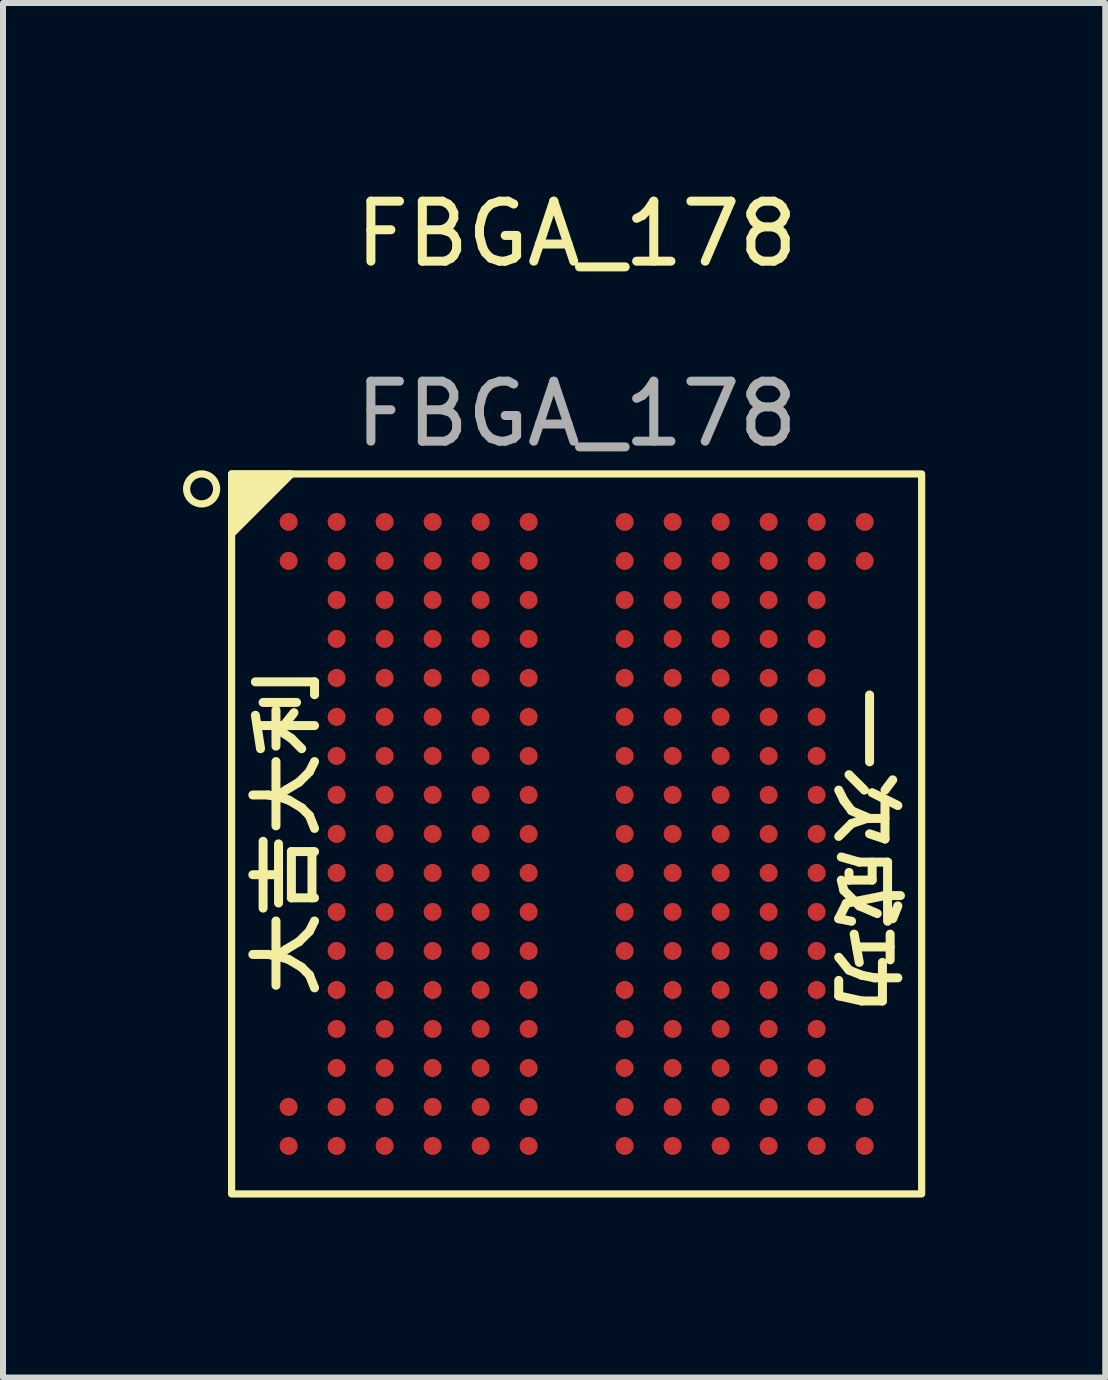
<source format=kicad_pcb>
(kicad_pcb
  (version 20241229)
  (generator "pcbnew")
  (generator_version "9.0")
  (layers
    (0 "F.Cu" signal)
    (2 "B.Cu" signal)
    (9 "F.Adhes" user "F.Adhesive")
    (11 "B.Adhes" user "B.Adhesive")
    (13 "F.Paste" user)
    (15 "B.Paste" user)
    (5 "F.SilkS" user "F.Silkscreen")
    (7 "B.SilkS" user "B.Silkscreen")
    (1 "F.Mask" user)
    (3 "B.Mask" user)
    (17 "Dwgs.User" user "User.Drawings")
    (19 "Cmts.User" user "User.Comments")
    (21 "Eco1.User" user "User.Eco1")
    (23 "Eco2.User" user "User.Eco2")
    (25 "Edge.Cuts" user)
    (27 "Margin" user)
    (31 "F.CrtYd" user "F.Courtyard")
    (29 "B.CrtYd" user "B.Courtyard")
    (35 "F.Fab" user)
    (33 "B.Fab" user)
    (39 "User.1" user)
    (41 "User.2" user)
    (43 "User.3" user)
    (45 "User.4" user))
  (footprint "FBGA_178"
    (layer "F.Cu")
    (at 6.56 10.848)
    (property "Reference" "FBGA_178" (at 0 -10 0) (unlocked yes) (layer "F.SilkS") (effects (font (size 1 1) (thickness 0.15))))
    (attr smd)
    (fp_rect (start -5.75 -6) (end 5.75 6) (stroke (width 0.12) (type default)) (fill no) (layer "F.SilkS"))
    (fp_circle (center -6.25 -5.75) (end -6 -5.75) (stroke (width 0.12) (type default)) (fill no) (layer "F.SilkS"))
    (fp_poly (pts (xy -5.75 -6) (xy -4.75 -6) (xy -5.75 -5)) (stroke (width 0.12) (type solid)) (fill yes) (layer "F.SilkS"))
    (fp_text user "大吉大利" (at -4.25 2.75 90) (unlocked yes) (layer "F.SilkS") (effects (font (size 0.9 0.9) (thickness 0.15)) (justify left bottom)))
    (fp_text user "一次成功" (at 4.25 -2.5 270) (unlocked yes) (layer "F.SilkS") (effects (font (size 0.9 0.9) (thickness 0.15)) (justify left bottom)))
    (fp_text user "${REFERENCE}" (at 0 -7 0) (unlocked yes) (layer "F.Fab") (effects (font (size 1 1) (thickness 0.15))))
    (pad "A1" smd circle (at -4.8 -5.2) (size 0.3 0.3) (layers "F.Cu" "F.Mask" "F.Paste"))
    (pad "A2" smd circle (at -4 -5.2) (size 0.3 0.3) (layers "F.Cu" "F.Mask" "F.Paste"))
    (pad "A3" smd circle (at -3.2 -5.2) (size 0.3 0.3) (layers "F.Cu" "F.Mask" "F.Paste"))
    (pad "A4" smd circle (at -2.4 -5.2) (size 0.3 0.3) (layers "F.Cu" "F.Mask" "F.Paste"))
    (pad "A5" smd circle (at -1.6 -5.2) (size 0.3 0.3) (layers "F.Cu" "F.Mask" "F.Paste"))
    (pad "A6" smd circle (at -0.8 -5.2) (size 0.3 0.3) (layers "F.Cu" "F.Mask" "F.Paste"))
    (pad "A8" smd circle (at 0.8 -5.2) (size 0.3 0.3) (layers "F.Cu" "F.Mask" "F.Paste"))
    (pad "A9" smd circle (at 1.6 -5.2) (size 0.3 0.3) (layers "F.Cu" "F.Mask" "F.Paste"))
    (pad "A10" smd circle (at 2.4 -5.2) (size 0.3 0.3) (layers "F.Cu" "F.Mask" "F.Paste"))
    (pad "A11" smd circle (at 3.2 -5.2) (size 0.3 0.3) (layers "F.Cu" "F.Mask" "F.Paste"))
    (pad "A12" smd circle (at 4 -5.2) (size 0.3 0.3) (layers "F.Cu" "F.Mask" "F.Paste"))
    (pad "A13" smd circle (at 4.8 -5.2) (size 0.3 0.3) (layers "F.Cu" "F.Mask" "F.Paste"))
    (pad "B1" smd circle (at -4.8 -4.55) (size 0.3 0.3) (layers "F.Cu" "F.Mask" "F.Paste"))
    (pad "B2" smd circle (at -4 -4.55) (size 0.3 0.3) (layers "F.Cu" "F.Mask" "F.Paste"))
    (pad "B3" smd circle (at -3.2 -4.55) (size 0.3 0.3) (layers "F.Cu" "F.Mask" "F.Paste"))
    (pad "B4" smd circle (at -2.4 -4.55) (size 0.3 0.3) (layers "F.Cu" "F.Mask" "F.Paste"))
    (pad "B5" smd circle (at -1.6 -4.55) (size 0.3 0.3) (layers "F.Cu" "F.Mask" "F.Paste"))
    (pad "B6" smd circle (at -0.8 -4.55) (size 0.3 0.3) (layers "F.Cu" "F.Mask" "F.Paste"))
    (pad "B8" smd circle (at 0.8 -4.55) (size 0.3 0.3) (layers "F.Cu" "F.Mask" "F.Paste"))
    (pad "B9" smd circle (at 1.6 -4.55) (size 0.3 0.3) (layers "F.Cu" "F.Mask" "F.Paste"))
    (pad "B10" smd circle (at 2.4 -4.55) (size 0.3 0.3) (layers "F.Cu" "F.Mask" "F.Paste"))
    (pad "B11" smd circle (at 3.2 -4.55) (size 0.3 0.3) (layers "F.Cu" "F.Mask" "F.Paste"))
    (pad "B12" smd circle (at 4 -4.55) (size 0.3 0.3) (layers "F.Cu" "F.Mask" "F.Paste"))
    (pad "B13" smd circle (at 4.8 -4.55) (size 0.3 0.3) (layers "F.Cu" "F.Mask" "F.Paste"))
    (pad "C2" smd circle (at -4 -3.9) (size 0.3 0.3) (layers "F.Cu" "F.Mask" "F.Paste"))
    (pad "C3" smd circle (at -3.2 -3.9) (size 0.3 0.3) (layers "F.Cu" "F.Mask" "F.Paste"))
    (pad "C4" smd circle (at -2.4 -3.9) (size 0.3 0.3) (layers "F.Cu" "F.Mask" "F.Paste"))
    (pad "C5" smd circle (at -1.6 -3.9) (size 0.3 0.3) (layers "F.Cu" "F.Mask" "F.Paste"))
    (pad "C6" smd circle (at -0.8 -3.9) (size 0.3 0.3) (layers "F.Cu" "F.Mask" "F.Paste"))
    (pad "C8" smd circle (at 0.8 -3.9) (size 0.3 0.3) (layers "F.Cu" "F.Mask" "F.Paste"))
    (pad "C9" smd circle (at 1.6 -3.9) (size 0.3 0.3) (layers "F.Cu" "F.Mask" "F.Paste"))
    (pad "C10" smd circle (at 2.4 -3.9) (size 0.3 0.3) (layers "F.Cu" "F.Mask" "F.Paste"))
    (pad "C11" smd circle (at 3.2 -3.9) (size 0.3 0.3) (layers "F.Cu" "F.Mask" "F.Paste"))
    (pad "C12" smd circle (at 4 -3.9) (size 0.3 0.3) (layers "F.Cu" "F.Mask" "F.Paste"))
    (pad "D2" smd circle (at -4 -3.25) (size 0.3 0.3) (layers "F.Cu" "F.Mask" "F.Paste"))
    (pad "D3" smd circle (at -3.2 -3.25) (size 0.3 0.3) (layers "F.Cu" "F.Mask" "F.Paste"))
    (pad "D4" smd circle (at -2.4 -3.25) (size 0.3 0.3) (layers "F.Cu" "F.Mask" "F.Paste"))
    (pad "D5" smd circle (at -1.6 -3.25) (size 0.3 0.3) (layers "F.Cu" "F.Mask" "F.Paste"))
    (pad "D6" smd circle (at -0.8 -3.25) (size 0.3 0.3) (layers "F.Cu" "F.Mask" "F.Paste"))
    (pad "D8" smd circle (at 0.8 -3.25) (size 0.3 0.3) (layers "F.Cu" "F.Mask" "F.Paste"))
    (pad "D9" smd circle (at 1.6 -3.25) (size 0.3 0.3) (layers "F.Cu" "F.Mask" "F.Paste"))
    (pad "D10" smd circle (at 2.4 -3.25) (size 0.3 0.3) (layers "F.Cu" "F.Mask" "F.Paste"))
    (pad "D11" smd circle (at 3.2 -3.25) (size 0.3 0.3) (layers "F.Cu" "F.Mask" "F.Paste"))
    (pad "D12" smd circle (at 4 -3.25) (size 0.3 0.3) (layers "F.Cu" "F.Mask" "F.Paste"))
    (pad "E2" smd circle (at -4 -2.6) (size 0.3 0.3) (layers "F.Cu" "F.Mask" "F.Paste"))
    (pad "E3" smd circle (at -3.2 -2.6) (size 0.3 0.3) (layers "F.Cu" "F.Mask" "F.Paste"))
    (pad "E4" smd circle (at -2.4 -2.6) (size 0.3 0.3) (layers "F.Cu" "F.Mask" "F.Paste"))
    (pad "E5" smd circle (at -1.6 -2.6) (size 0.3 0.3) (layers "F.Cu" "F.Mask" "F.Paste"))
    (pad "E6" smd circle (at -0.8 -2.6) (size 0.3 0.3) (layers "F.Cu" "F.Mask" "F.Paste"))
    (pad "E8" smd circle (at 0.8 -2.6) (size 0.3 0.3) (layers "F.Cu" "F.Mask" "F.Paste"))
    (pad "E9" smd circle (at 1.6 -2.6) (size 0.3 0.3) (layers "F.Cu" "F.Mask" "F.Paste"))
    (pad "E10" smd circle (at 2.4 -2.6) (size 0.3 0.3) (layers "F.Cu" "F.Mask" "F.Paste"))
    (pad "E11" smd circle (at 3.2 -2.6) (size 0.3 0.3) (layers "F.Cu" "F.Mask" "F.Paste"))
    (pad "E12" smd circle (at 4 -2.6) (size 0.3 0.3) (layers "F.Cu" "F.Mask" "F.Paste"))
    (pad "F2" smd circle (at -4 -1.95) (size 0.3 0.3) (layers "F.Cu" "F.Mask" "F.Paste"))
    (pad "F3" smd circle (at -3.2 -1.95) (size 0.3 0.3) (layers "F.Cu" "F.Mask" "F.Paste"))
    (pad "F4" smd circle (at -2.4 -1.95) (size 0.3 0.3) (layers "F.Cu" "F.Mask" "F.Paste"))
    (pad "F5" smd circle (at -1.6 -1.95) (size 0.3 0.3) (layers "F.Cu" "F.Mask" "F.Paste"))
    (pad "F6" smd circle (at -0.8 -1.95) (size 0.3 0.3) (layers "F.Cu" "F.Mask" "F.Paste"))
    (pad "F8" smd circle (at 0.8 -1.95) (size 0.3 0.3) (layers "F.Cu" "F.Mask" "F.Paste"))
    (pad "F9" smd circle (at 1.6 -1.95) (size 0.3 0.3) (layers "F.Cu" "F.Mask" "F.Paste"))
    (pad "F10" smd circle (at 2.4 -1.95) (size 0.3 0.3) (layers "F.Cu" "F.Mask" "F.Paste"))
    (pad "F11" smd circle (at 3.2 -1.95) (size 0.3 0.3) (layers "F.Cu" "F.Mask" "F.Paste"))
    (pad "F12" smd circle (at 4 -1.95) (size 0.3 0.3) (layers "F.Cu" "F.Mask" "F.Paste"))
    (pad "G2" smd circle (at -4 -1.3) (size 0.3 0.3) (layers "F.Cu" "F.Mask" "F.Paste"))
    (pad "G3" smd circle (at -3.2 -1.3) (size 0.3 0.3) (layers "F.Cu" "F.Mask" "F.Paste"))
    (pad "G4" smd circle (at -2.4 -1.3) (size 0.3 0.3) (layers "F.Cu" "F.Mask" "F.Paste"))
    (pad "G5" smd circle (at -1.6 -1.3) (size 0.3 0.3) (layers "F.Cu" "F.Mask" "F.Paste"))
    (pad "G6" smd circle (at -0.8 -1.3) (size 0.3 0.3) (layers "F.Cu" "F.Mask" "F.Paste"))
    (pad "G8" smd circle (at 0.8 -1.3) (size 0.3 0.3) (layers "F.Cu" "F.Mask" "F.Paste"))
    (pad "G9" smd circle (at 1.6 -1.3) (size 0.3 0.3) (layers "F.Cu" "F.Mask" "F.Paste"))
    (pad "G10" smd circle (at 2.4 -1.3) (size 0.3 0.3) (layers "F.Cu" "F.Mask" "F.Paste"))
    (pad "G11" smd circle (at 3.2 -1.3) (size 0.3 0.3) (layers "F.Cu" "F.Mask" "F.Paste"))
    (pad "G12" smd circle (at 4 -1.3) (size 0.3 0.3) (layers "F.Cu" "F.Mask" "F.Paste"))
    (pad "H2" smd circle (at -4 -0.65) (size 0.3 0.3) (layers "F.Cu" "F.Mask" "F.Paste"))
    (pad "H3" smd circle (at -3.2 -0.65) (size 0.3 0.3) (layers "F.Cu" "F.Mask" "F.Paste"))
    (pad "H4" smd circle (at -2.4 -0.65) (size 0.3 0.3) (layers "F.Cu" "F.Mask" "F.Paste"))
    (pad "H5" smd circle (at -1.6 -0.65) (size 0.3 0.3) (layers "F.Cu" "F.Mask" "F.Paste"))
    (pad "H6" smd circle (at -0.8 -0.65) (size 0.3 0.3) (layers "F.Cu" "F.Mask" "F.Paste"))
    (pad "H8" smd circle (at 0.8 -0.65) (size 0.3 0.3) (layers "F.Cu" "F.Mask" "F.Paste"))
    (pad "H9" smd circle (at 1.6 -0.65) (size 0.3 0.3) (layers "F.Cu" "F.Mask" "F.Paste"))
    (pad "H10" smd circle (at 2.4 -0.65) (size 0.3 0.3) (layers "F.Cu" "F.Mask" "F.Paste"))
    (pad "H11" smd circle (at 3.2 -0.65) (size 0.3 0.3) (layers "F.Cu" "F.Mask" "F.Paste"))
    (pad "H12" smd circle (at 4 -0.65) (size 0.3 0.3) (layers "F.Cu" "F.Mask" "F.Paste"))
    (pad "J2" smd circle (at -4 0) (size 0.3 0.3) (layers "F.Cu" "F.Mask" "F.Paste"))
    (pad "J3" smd circle (at -3.2 0) (size 0.3 0.3) (layers "F.Cu" "F.Mask" "F.Paste"))
    (pad "J4" smd circle (at -2.4 0) (size 0.3 0.3) (layers "F.Cu" "F.Mask" "F.Paste"))
    (pad "J5" smd circle (at -1.6 0) (size 0.3 0.3) (layers "F.Cu" "F.Mask" "F.Paste"))
    (pad "J6" smd circle (at -0.8 0) (size 0.3 0.3) (layers "F.Cu" "F.Mask" "F.Paste"))
    (pad "J8" smd circle (at 0.8 0) (size 0.3 0.3) (layers "F.Cu" "F.Mask" "F.Paste"))
    (pad "J9" smd circle (at 1.6 0) (size 0.3 0.3) (layers "F.Cu" "F.Mask" "F.Paste"))
    (pad "J10" smd circle (at 2.4 0) (size 0.3 0.3) (layers "F.Cu" "F.Mask" "F.Paste"))
    (pad "J11" smd circle (at 3.2 0) (size 0.3 0.3) (layers "F.Cu" "F.Mask" "F.Paste"))
    (pad "J12" smd circle (at 4 0) (size 0.3 0.3) (layers "F.Cu" "F.Mask" "F.Paste"))
    (pad "K2" smd circle (at -4 0.65) (size 0.3 0.3) (layers "F.Cu" "F.Mask" "F.Paste"))
    (pad "K3" smd circle (at -3.2 0.65) (size 0.3 0.3) (layers "F.Cu" "F.Mask" "F.Paste"))
    (pad "K4" smd circle (at -2.4 0.65) (size 0.3 0.3) (layers "F.Cu" "F.Mask" "F.Paste"))
    (pad "K5" smd circle (at -1.6 0.65) (size 0.3 0.3) (layers "F.Cu" "F.Mask" "F.Paste"))
    (pad "K6" smd circle (at -0.8 0.65) (size 0.3 0.3) (layers "F.Cu" "F.Mask" "F.Paste"))
    (pad "K8" smd circle (at 0.8 0.65) (size 0.3 0.3) (layers "F.Cu" "F.Mask" "F.Paste"))
    (pad "K9" smd circle (at 1.6 0.65) (size 0.3 0.3) (layers "F.Cu" "F.Mask" "F.Paste"))
    (pad "K10" smd circle (at 2.4 0.65) (size 0.3 0.3) (layers "F.Cu" "F.Mask" "F.Paste"))
    (pad "K11" smd circle (at 3.2 0.65) (size 0.3 0.3) (layers "F.Cu" "F.Mask" "F.Paste"))
    (pad "K12" smd circle (at 4 0.65) (size 0.3 0.3) (layers "F.Cu" "F.Mask" "F.Paste"))
    (pad "L2" smd circle (at -4 1.3) (size 0.3 0.3) (layers "F.Cu" "F.Mask" "F.Paste"))
    (pad "L3" smd circle (at -3.2 1.3) (size 0.3 0.3) (layers "F.Cu" "F.Mask" "F.Paste"))
    (pad "L4" smd circle (at -2.4 1.3) (size 0.3 0.3) (layers "F.Cu" "F.Mask" "F.Paste"))
    (pad "L5" smd circle (at -1.6 1.3) (size 0.3 0.3) (layers "F.Cu" "F.Mask" "F.Paste"))
    (pad "L6" smd circle (at -0.8 1.3) (size 0.3 0.3) (layers "F.Cu" "F.Mask" "F.Paste"))
    (pad "L8" smd circle (at 0.8 1.3) (size 0.3 0.3) (layers "F.Cu" "F.Mask" "F.Paste"))
    (pad "L9" smd circle (at 1.6 1.3) (size 0.3 0.3) (layers "F.Cu" "F.Mask" "F.Paste"))
    (pad "L10" smd circle (at 2.4 1.3) (size 0.3 0.3) (layers "F.Cu" "F.Mask" "F.Paste"))
    (pad "L11" smd circle (at 3.2 1.3) (size 0.3 0.3) (layers "F.Cu" "F.Mask" "F.Paste"))
    (pad "L12" smd circle (at 4 1.3) (size 0.3 0.3) (layers "F.Cu" "F.Mask" "F.Paste"))
    (pad "M2" smd circle (at -4 1.95) (size 0.3 0.3) (layers "F.Cu" "F.Mask" "F.Paste"))
    (pad "M3" smd circle (at -3.2 1.95) (size 0.3 0.3) (layers "F.Cu" "F.Mask" "F.Paste"))
    (pad "M4" smd circle (at -2.4 1.95) (size 0.3 0.3) (layers "F.Cu" "F.Mask" "F.Paste"))
    (pad "M5" smd circle (at -1.6 1.95) (size 0.3 0.3) (layers "F.Cu" "F.Mask" "F.Paste"))
    (pad "M6" smd circle (at -0.8 1.95) (size 0.3 0.3) (layers "F.Cu" "F.Mask" "F.Paste"))
    (pad "M8" smd circle (at 0.8 1.95) (size 0.3 0.3) (layers "F.Cu" "F.Mask" "F.Paste"))
    (pad "M9" smd circle (at 1.6 1.95) (size 0.3 0.3) (layers "F.Cu" "F.Mask" "F.Paste"))
    (pad "M10" smd circle (at 2.4 1.95) (size 0.3 0.3) (layers "F.Cu" "F.Mask" "F.Paste"))
    (pad "M11" smd circle (at 3.2 1.95) (size 0.3 0.3) (layers "F.Cu" "F.Mask" "F.Paste"))
    (pad "M12" smd circle (at 4 1.95) (size 0.3 0.3) (layers "F.Cu" "F.Mask" "F.Paste"))
    (pad "N2" smd circle (at -4 2.6) (size 0.3 0.3) (layers "F.Cu" "F.Mask" "F.Paste"))
    (pad "N3" smd circle (at -3.2 2.6) (size 0.3 0.3) (layers "F.Cu" "F.Mask" "F.Paste"))
    (pad "N4" smd circle (at -2.4 2.6) (size 0.3 0.3) (layers "F.Cu" "F.Mask" "F.Paste"))
    (pad "N5" smd circle (at -1.6 2.6) (size 0.3 0.3) (layers "F.Cu" "F.Mask" "F.Paste"))
    (pad "N6" smd circle (at -0.8 2.6) (size 0.3 0.3) (layers "F.Cu" "F.Mask" "F.Paste"))
    (pad "N8" smd circle (at 0.8 2.6) (size 0.3 0.3) (layers "F.Cu" "F.Mask" "F.Paste"))
    (pad "N9" smd circle (at 1.6 2.6) (size 0.3 0.3) (layers "F.Cu" "F.Mask" "F.Paste"))
    (pad "N10" smd circle (at 2.4 2.6) (size 0.3 0.3) (layers "F.Cu" "F.Mask" "F.Paste"))
    (pad "N11" smd circle (at 3.2 2.6) (size 0.3 0.3) (layers "F.Cu" "F.Mask" "F.Paste"))
    (pad "N12" smd circle (at 4 2.6) (size 0.3 0.3) (layers "F.Cu" "F.Mask" "F.Paste"))
    (pad "P2" smd circle (at -4 3.25) (size 0.3 0.3) (layers "F.Cu" "F.Mask" "F.Paste"))
    (pad "P3" smd circle (at -3.2 3.25) (size 0.3 0.3) (layers "F.Cu" "F.Mask" "F.Paste"))
    (pad "P4" smd circle (at -2.4 3.25) (size 0.3 0.3) (layers "F.Cu" "F.Mask" "F.Paste"))
    (pad "P5" smd circle (at -1.6 3.25) (size 0.3 0.3) (layers "F.Cu" "F.Mask" "F.Paste"))
    (pad "P6" smd circle (at -0.8 3.25) (size 0.3 0.3) (layers "F.Cu" "F.Mask" "F.Paste"))
    (pad "P8" smd circle (at 0.8 3.25) (size 0.3 0.3) (layers "F.Cu" "F.Mask" "F.Paste"))
    (pad "P9" smd circle (at 1.6 3.25) (size 0.3 0.3) (layers "F.Cu" "F.Mask" "F.Paste"))
    (pad "P10" smd circle (at 2.4 3.25) (size 0.3 0.3) (layers "F.Cu" "F.Mask" "F.Paste"))
    (pad "P11" smd circle (at 3.2 3.25) (size 0.3 0.3) (layers "F.Cu" "F.Mask" "F.Paste"))
    (pad "P12" smd circle (at 4 3.25) (size 0.3 0.3) (layers "F.Cu" "F.Mask" "F.Paste"))
    (pad "R2" smd circle (at -4 3.9) (size 0.3 0.3) (layers "F.Cu" "F.Mask" "F.Paste"))
    (pad "R3" smd circle (at -3.2 3.9) (size 0.3 0.3) (layers "F.Cu" "F.Mask" "F.Paste"))
    (pad "R4" smd circle (at -2.4 3.9) (size 0.3 0.3) (layers "F.Cu" "F.Mask" "F.Paste"))
    (pad "R5" smd circle (at -1.6 3.9) (size 0.3 0.3) (layers "F.Cu" "F.Mask" "F.Paste"))
    (pad "R6" smd circle (at -0.8 3.9) (size 0.3 0.3) (layers "F.Cu" "F.Mask" "F.Paste"))
    (pad "R8" smd circle (at 0.8 3.9) (size 0.3 0.3) (layers "F.Cu" "F.Mask" "F.Paste"))
    (pad "R9" smd circle (at 1.6 3.9) (size 0.3 0.3) (layers "F.Cu" "F.Mask" "F.Paste"))
    (pad "R10" smd circle (at 2.4 3.9) (size 0.3 0.3) (layers "F.Cu" "F.Mask" "F.Paste"))
    (pad "R11" smd circle (at 3.2 3.9) (size 0.3 0.3) (layers "F.Cu" "F.Mask" "F.Paste"))
    (pad "R12" smd circle (at 4 3.9) (size 0.3 0.3) (layers "F.Cu" "F.Mask" "F.Paste"))
    (pad "T1" smd circle (at -4.8 4.55) (size 0.3 0.3) (layers "F.Cu" "F.Mask" "F.Paste"))
    (pad "T2" smd circle (at -4 4.55) (size 0.3 0.3) (layers "F.Cu" "F.Mask" "F.Paste"))
    (pad "T3" smd circle (at -3.2 4.55) (size 0.3 0.3) (layers "F.Cu" "F.Mask" "F.Paste"))
    (pad "T4" smd circle (at -2.4 4.55) (size 0.3 0.3) (layers "F.Cu" "F.Mask" "F.Paste"))
    (pad "T5" smd circle (at -1.6 4.55) (size 0.3 0.3) (layers "F.Cu" "F.Mask" "F.Paste"))
    (pad "T6" smd circle (at -0.8 4.55) (size 0.3 0.3) (layers "F.Cu" "F.Mask" "F.Paste"))
    (pad "T8" smd circle (at 0.8 4.55) (size 0.3 0.3) (layers "F.Cu" "F.Mask" "F.Paste"))
    (pad "T9" smd circle (at 1.6 4.55) (size 0.3 0.3) (layers "F.Cu" "F.Mask" "F.Paste"))
    (pad "T10" smd circle (at 2.4 4.55) (size 0.3 0.3) (layers "F.Cu" "F.Mask" "F.Paste"))
    (pad "T11" smd circle (at 3.2 4.55) (size 0.3 0.3) (layers "F.Cu" "F.Mask" "F.Paste"))
    (pad "T12" smd circle (at 4 4.55) (size 0.3 0.3) (layers "F.Cu" "F.Mask" "F.Paste"))
    (pad "T13" smd circle (at 4.8 4.55) (size 0.3 0.3) (layers "F.Cu" "F.Mask" "F.Paste"))
    (pad "U1" smd circle (at -4.8 5.2) (size 0.3 0.3) (layers "F.Cu" "F.Mask" "F.Paste"))
    (pad "U2" smd circle (at -4 5.2) (size 0.3 0.3) (layers "F.Cu" "F.Mask" "F.Paste"))
    (pad "U3" smd circle (at -3.2 5.2) (size 0.3 0.3) (layers "F.Cu" "F.Mask" "F.Paste"))
    (pad "U4" smd circle (at -2.4 5.2) (size 0.3 0.3) (layers "F.Cu" "F.Mask" "F.Paste"))
    (pad "U5" smd circle (at -1.6 5.2) (size 0.3 0.3) (layers "F.Cu" "F.Mask" "F.Paste"))
    (pad "U6" smd circle (at -0.8 5.2) (size 0.3 0.3) (layers "F.Cu" "F.Mask" "F.Paste"))
    (pad "U8" smd circle (at 0.8 5.2) (size 0.3 0.3) (layers "F.Cu" "F.Mask" "F.Paste"))
    (pad "U9" smd circle (at 1.6 5.2) (size 0.3 0.3) (layers "F.Cu" "F.Mask" "F.Paste"))
    (pad "U10" smd circle (at 2.4 5.2) (size 0.3 0.3) (layers "F.Cu" "F.Mask" "F.Paste"))
    (pad "U11" smd circle (at 3.2 5.2) (size 0.3 0.3) (layers "F.Cu" "F.Mask" "F.Paste"))
    (pad "U12" smd circle (at 4 5.2) (size 0.3 0.3) (layers "F.Cu" "F.Mask" "F.Paste"))
    (pad "U13" smd circle (at 4.8 5.2) (size 0.3 0.3) (layers "F.Cu" "F.Mask" "F.Paste")))
  (gr_rect
    (start -3 -3)
    (end 15.37 19.908)
    (stroke (width 0.1) (type default))
    (fill no)
    (layer "Edge.Cuts")))
</source>
